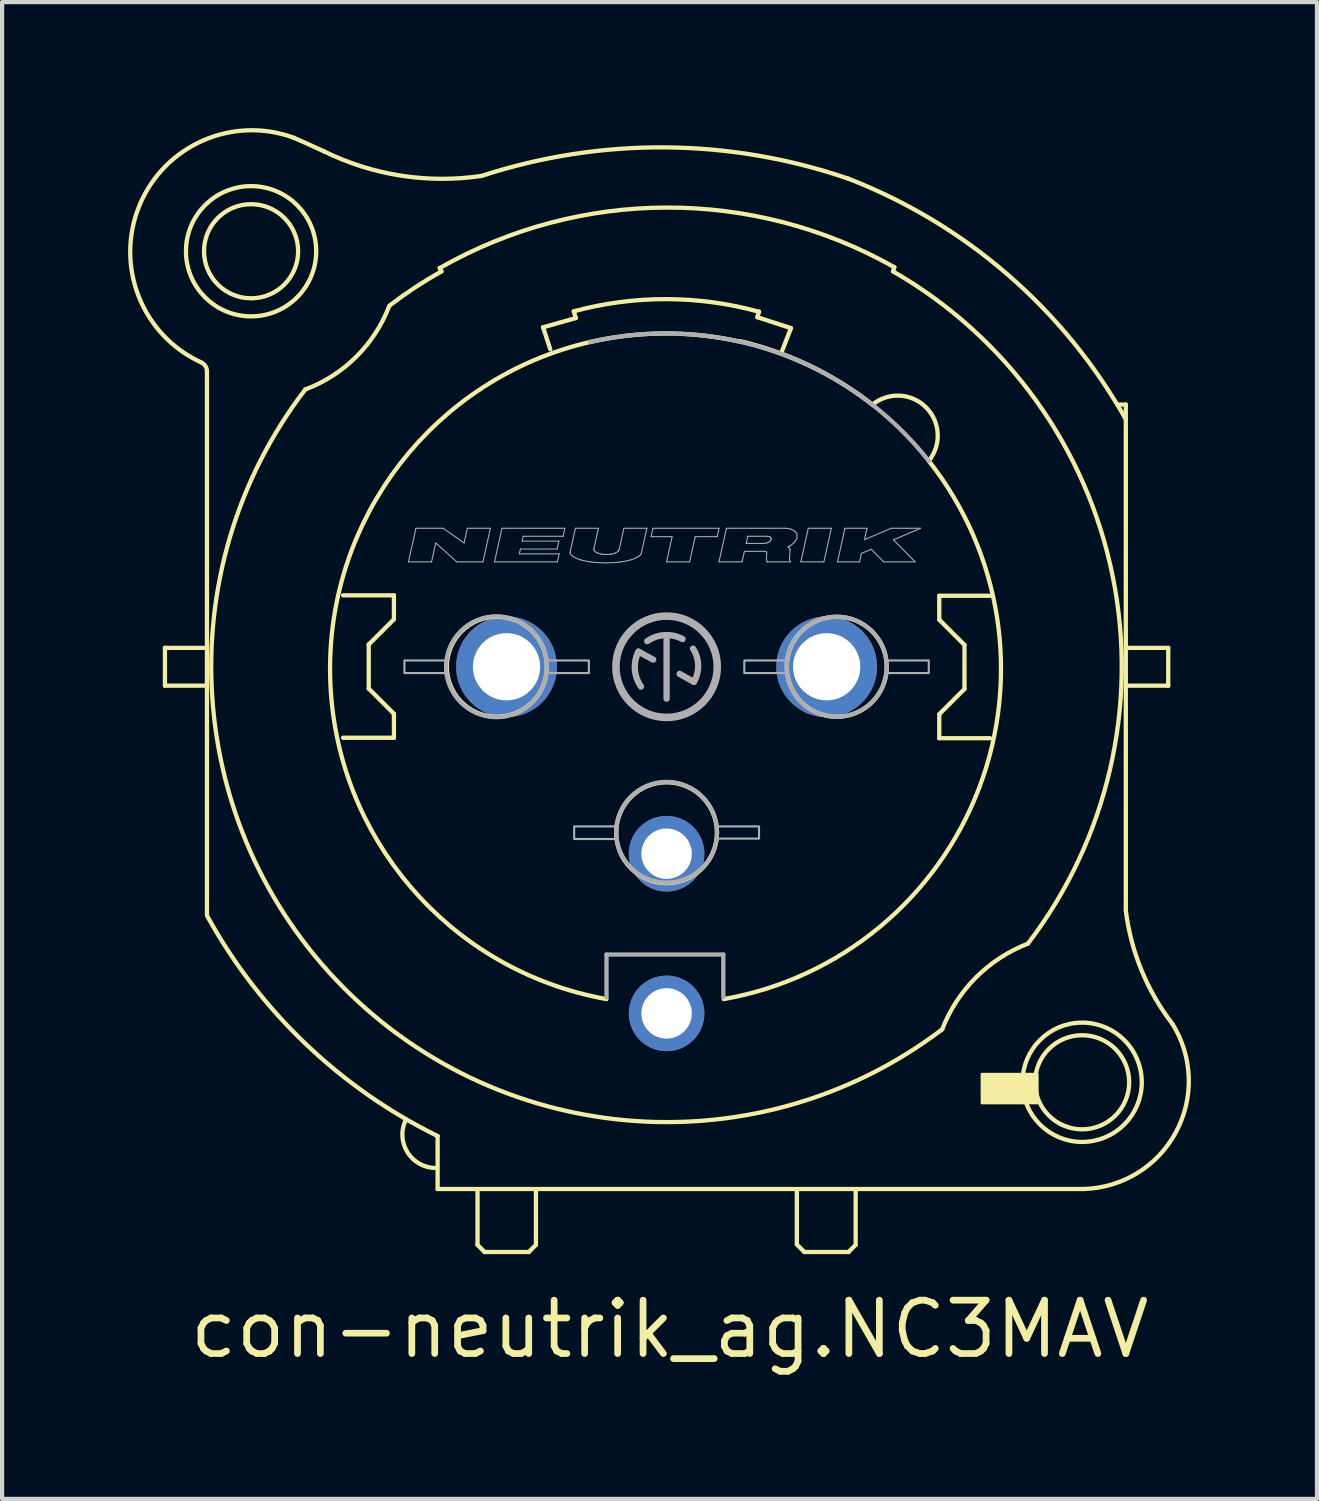
<source format=kicad_pcb>
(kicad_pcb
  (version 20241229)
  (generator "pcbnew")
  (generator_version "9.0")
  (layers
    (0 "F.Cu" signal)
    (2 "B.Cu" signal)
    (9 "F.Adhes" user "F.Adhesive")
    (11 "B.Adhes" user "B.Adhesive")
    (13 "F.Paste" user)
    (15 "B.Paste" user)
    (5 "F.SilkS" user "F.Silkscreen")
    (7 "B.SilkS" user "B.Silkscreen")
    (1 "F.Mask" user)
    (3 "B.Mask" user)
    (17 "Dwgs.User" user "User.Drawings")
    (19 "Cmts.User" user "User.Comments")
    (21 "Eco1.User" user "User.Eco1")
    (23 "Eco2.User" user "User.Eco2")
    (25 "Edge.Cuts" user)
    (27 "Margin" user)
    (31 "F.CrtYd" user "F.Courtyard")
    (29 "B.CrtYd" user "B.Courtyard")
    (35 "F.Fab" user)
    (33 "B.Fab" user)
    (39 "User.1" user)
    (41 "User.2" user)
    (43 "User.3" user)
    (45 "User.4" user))
  (footprint "con-neutrik_ag.NC3MAV"
    (layer "F.Cu")
    (at 12.816 12.82)
    (property "Reference" "con-neutrik_ag.NC3MAV" (at -11.43 16.51 0) (layer "F.SilkS") (effects (font (size 1.27 1.27) (thickness 0.16)) (justify left bottom)))
    (attr through_hole)
    (fp_line (start -11.94 -0.45) (end -11.94 0.45) (stroke (width 0.102) (type default)) (layer "F.SilkS"))
    (fp_line (start -11.94 0.45) (end -10.99 0.45) (stroke (width 0.102) (type default)) (layer "F.SilkS"))
    (fp_line (start -10.99 -0.45) (end -11.94 -0.45) (stroke (width 0.102) (type default)) (layer "F.SilkS"))
    (fp_line (start -10.94 5.5) (end -10.94 -7.03) (stroke (width 0.102) (type default)) (layer "F.SilkS"))
    (fp_line (start -10.94 5.91) (end -10.94 5.52) (stroke (width 0.102) (type default)) (layer "F.SilkS"))
    (fp_line (start -7.7 -1.7) (end -6.49 -1.7) (stroke (width 0.102) (type default)) (layer "F.SilkS"))
    (fp_line (start -7.09 -0.53) (end -7.09 0.52) (stroke (width 0.102) (type default)) (layer "F.SilkS"))
    (fp_line (start -7.09 0.52) (end -6.49 1.12) (stroke (width 0.102) (type default)) (layer "F.SilkS"))
    (fp_line (start -6.49 -1.7) (end -6.49 -1.13) (stroke (width 0.102) (type default)) (layer "F.SilkS"))
    (fp_line (start -6.49 -1.13) (end -7.09 -0.53) (stroke (width 0.102) (type default)) (layer "F.SilkS"))
    (fp_line (start -6.49 1.12) (end -6.49 1.69) (stroke (width 0.102) (type default)) (layer "F.SilkS"))
    (fp_line (start -6.49 1.69) (end -7.7 1.69) (stroke (width 0.102) (type default)) (layer "F.SilkS"))
    (fp_line (start -5.45 11.17) (end -5.45 12.43) (stroke (width 0.102) (type default)) (layer "F.SilkS"))
    (fp_line (start -5.45 12.43) (end 9.92 12.43) (stroke (width 0.102) (type default)) (layer "F.SilkS"))
    (fp_line (start -5.4 -9.49) (end -5.36 -9.41) (stroke (width 0.102) (type default)) (layer "F.SilkS"))
    (fp_line (start -4.5 12.49) (end -4.5 13.76) (stroke (width 0.102) (type default)) (layer "F.SilkS"))
    (fp_line (start -4.5 13.76) (end -4.33 13.93) (stroke (width 0.102) (type default)) (layer "F.SilkS"))
    (fp_line (start -4.33 13.93) (end -3.28 13.93) (stroke (width 0.102) (type default)) (layer "F.SilkS"))
    (fp_line (start -3.28 13.93) (end -3.11 13.76) (stroke (width 0.102) (type default)) (layer "F.SilkS"))
    (fp_line (start -3.11 13.76) (end -3.11 12.47) (stroke (width 0.102) (type default)) (layer "F.SilkS"))
    (fp_line (start -2.94 -8.08) (end -2.16 -8.3) (stroke (width 0.102) (type default)) (layer "F.SilkS"))
    (fp_line (start -2.77 -7.56) (end -2.94 -8.08) (stroke (width 0.102) (type default)) (layer "F.SilkS"))
    (fp_line (start -2.16 -8.3) (end -2.21 -8.46) (stroke (width 0.102) (type default)) (layer "F.SilkS"))
    (fp_line (start 2.16 -8.32) (end 2.96 -8.06) (stroke (width 0.102) (type default)) (layer "F.SilkS"))
    (fp_line (start 2.2 -8.45) (end 2.16 -8.32) (stroke (width 0.102) (type default)) (layer "F.SilkS"))
    (fp_line (start 2.96 -8.06) (end 2.75 -7.52) (stroke (width 0.102) (type default)) (layer "F.SilkS"))
    (fp_line (start 3.1 12.49) (end 3.1 13.75) (stroke (width 0.102) (type default)) (layer "F.SilkS"))
    (fp_line (start 3.1 13.75) (end 3.28 13.93) (stroke (width 0.102) (type default)) (layer "F.SilkS"))
    (fp_line (start 3.28 13.93) (end 4.33 13.93) (stroke (width 0.102) (type default)) (layer "F.SilkS"))
    (fp_line (start 4.33 13.93) (end 4.5 13.76) (stroke (width 0.102) (type default)) (layer "F.SilkS"))
    (fp_line (start 4.5 13.76) (end 4.5 12.48) (stroke (width 0.102) (type default)) (layer "F.SilkS"))
    (fp_line (start 5.39 -9.41) (end 5.42 -9.51) (stroke (width 0.102) (type default)) (layer "F.SilkS"))
    (fp_line (start 6.49 -1.69) (end 7.7 -1.69) (stroke (width 0.102) (type default)) (layer "F.SilkS"))
    (fp_line (start 6.49 -1.12) (end 6.49 -1.69) (stroke (width 0.102) (type default)) (layer "F.SilkS"))
    (fp_line (start 6.49 1.13) (end 7.09 0.53) (stroke (width 0.102) (type default)) (layer "F.SilkS"))
    (fp_line (start 6.49 1.7) (end 6.49 1.13) (stroke (width 0.102) (type default)) (layer "F.SilkS"))
    (fp_line (start 7.09 -0.52) (end 6.49 -1.12) (stroke (width 0.102) (type default)) (layer "F.SilkS"))
    (fp_line (start 7.09 0.53) (end 7.09 -0.52) (stroke (width 0.102) (type default)) (layer "F.SilkS"))
    (fp_line (start 7.7 1.7) (end 6.49 1.7) (stroke (width 0.102) (type default)) (layer "F.SilkS"))
    (fp_line (start 10.93 -6.24) (end 10.77 -6.24) (stroke (width 0.102) (type default)) (layer "F.SilkS"))
    (fp_line (start 10.93 5.8) (end 10.93 -6.24) (stroke (width 0.102) (type default)) (layer "F.SilkS"))
    (fp_line (start 10.97 -0.45) (end 11.94 -0.45) (stroke (width 0.102) (type default)) (layer "F.SilkS"))
    (fp_line (start 11.94 -0.45) (end 11.94 0.45) (stroke (width 0.102) (type default)) (layer "F.SilkS"))
    (fp_line (start 11.94 0.45) (end 10.97 0.45) (stroke (width 0.102) (type default)) (layer "F.SilkS"))
    (fp_rect (start 7.5 10.39) (end 8.83 9.69) (stroke (width 0.05) (type default)) (fill yes) (layer "F.SilkS"))
    (fp_arc (start -11.09 -7.25) (mid -10.981062 -7.163139) (end -10.94 -7.03) (stroke (width 0.1016) (type default)) (layer "F.SilkS"))
    (fp_arc (start -11.09 -7.25) (mid -12.543512 -10.98573) (end -8.87 -12.59) (stroke (width 0.1016) (type default)) (layer "F.SilkS"))
    (fp_arc (start -8.87 -12.59) (mid -8.514255 -12.431652) (end -8.16 -12.27) (stroke (width 0.1016) (type default)) (layer "F.SilkS"))
    (fp_arc (start -6.6 -8.59) (mid -7.385874 -7.379798) (end -8.6 -6.6) (stroke (width 0.1016) (type default)) (layer "F.SilkS"))
    (fp_arc (start -6.59 -8.6) (mid -5.989419 -9.026896) (end -5.36 -9.41) (stroke (width 0.1016) (type default)) (layer "F.SilkS"))
    (fp_arc (start -5.51 11.93) (mid -6.165342 11.560396) (end -6.22 10.81) (stroke (width 0.1016) (type default)) (layer "F.SilkS"))
    (fp_arc (start -5.45 11.17) (mid -8.591551 8.975746) (end -10.93 5.94) (stroke (width 0.1016) (type default)) (layer "F.SilkS"))
    (fp_arc (start -5.4 -9.49) (mid 0.007357 -10.929608) (end 5.42 -9.51) (stroke (width 0.1016) (type default)) (layer "F.SilkS"))
    (fp_arc (start -4.3995 -11.6841) (mid -6.324542 -11.689558) (end -8.16 -12.27) (stroke (width 0.1016) (type default)) (layer "F.SilkS"))
    (fp_arc (start -4.3975 -11.6846) (mid -0.033882 -12.361943) (end 4.3192 -11.6199) (stroke (width 0.1016) (type default)) (layer "F.SilkS"))
    (fp_arc (start -2.21 -8.46) (mid -0.00433 -8.750321) (end 2.2 -8.45) (stroke (width 0.1016) (type default)) (layer "F.SilkS"))
    (fp_arc (start -1.82 -7.73) (mid -0.040555 -7.932478) (end 1.74 -7.74) (stroke (width 0.1016) (type default)) (layer "F.SilkS"))
    (fp_arc (start -1.43 7.91) (mid -8.007804 0.249162) (end -1.82 -7.73) (stroke (width 0.1016) (type default)) (layer "F.SilkS"))
    (fp_arc (start 1.75 -7.75) (mid 3.407463 -7.167026) (end 4.9 -6.24) (stroke (width 0.1016) (type default)) (layer "F.SilkS"))
    (fp_arc (start 4.3216 -11.6192) (mid 8.12432 -9.329623) (end 10.93 -5.89) (stroke (width 0.1016) (type default)) (layer "F.SilkS"))
    (fp_arc (start 4.9 -6.24) (mid 6.174454 -6.174454) (end 6.24 -4.9) (stroke (width 0.1016) (type default)) (layer "F.SilkS"))
    (fp_arc (start 5.39 -9.41) (mid 10.621563 -2.137579) (end 8.6 6.59) (stroke (width 0.1016) (type default)) (layer "F.SilkS"))
    (fp_arc (start 6.24 -4.9) (mid 7.436813 2.890453) (end 1.36 7.91) (stroke (width 0.1016) (type default)) (layer "F.SilkS"))
    (fp_arc (start 6.56 8.63) (mid -7.680581 7.644968) (end -8.6 -6.6) (stroke (width 0.1016) (type default)) (layer "F.SilkS"))
    (fp_arc (start 6.56 8.63) (mid 7.3644 7.3944) (end 8.6 6.59) (stroke (width 0.1016) (type default)) (layer "F.SilkS"))
    (fp_arc (start 12.04 8.5) (mid 12.121472 11.080756) (end 9.92 12.43) (stroke (width 0.1016) (type default)) (layer "F.SilkS"))
    (fp_arc (start 12.04 8.5) (mid 11.303815 7.224487) (end 10.93 5.8) (stroke (width 0.1016) (type default)) (layer "F.SilkS"))
    (fp_circle (center -9.89 -9.89) (end -8.77 -9.89) (stroke (width 0.102) (type default)) (fill no) (layer "F.SilkS"))
    (fp_circle (center -9.89 -9.89) (end -8.34 -9.89) (stroke (width 0.102) (type default)) (fill no) (layer "F.SilkS"))
    (fp_circle (center -4.04 0) (end -2.85 0) (stroke (width 0.102) (type default)) (fill no) (layer "F.SilkS"))
    (fp_circle (center 0 3.95) (end 1.2 3.95) (stroke (width 0.102) (type default)) (fill no) (layer "F.SilkS"))
    (fp_circle (center 4.05 0) (end 5.24 0) (stroke (width 0.102) (type default)) (fill no) (layer "F.SilkS"))
    (fp_circle (center 9.89 9.89) (end 11.01 9.89) (stroke (width 0.102) (type default)) (fill no) (layer "F.SilkS"))
    (fp_circle (center 9.89 9.89) (end 11.31 9.89) (stroke (width 0.102) (type default)) (fill no) (layer "F.SilkS"))
    (fp_line (start -6.144 -2.497) (end -5.966 -3.296) (stroke (width 0.025) (type default)) (layer "F.Fab"))
    (fp_line (start -6.144 -2.497) (end -5.594 -2.497) (stroke (width 0.025) (type default)) (layer "F.Fab"))
    (fp_line (start -5.966 -3.296) (end -5.317 -3.296) (stroke (width 0.025) (type default)) (layer "F.Fab"))
    (fp_line (start -5.594 -2.497) (end -5.495 -2.946) (stroke (width 0.025) (type default)) (layer "F.Fab"))
    (fp_line (start -5.495 -2.946) (end -4.995 -2.497) (stroke (width 0.025) (type default)) (layer "F.Fab"))
    (fp_line (start -5.317 -3.296) (end -4.82 -2.946) (stroke (width 0.025) (type default)) (layer "F.Fab"))
    (fp_line (start -4.995 -2.497) (end -4.371 -2.497) (stroke (width 0.025) (type default)) (layer "F.Fab"))
    (fp_line (start -4.82 -2.946) (end -4.743 -3.296) (stroke (width 0.025) (type default)) (layer "F.Fab"))
    (fp_line (start -4.743 -3.296) (end -4.194 -3.296) (stroke (width 0.025) (type default)) (layer "F.Fab"))
    (fp_line (start -4.371 -2.497) (end -4.194 -3.296) (stroke (width 0.025) (type default)) (layer "F.Fab"))
    (fp_line (start -4.096 -2.497) (end -3.919 -3.296) (stroke (width 0.025) (type default)) (layer "F.Fab"))
    (fp_line (start -4.096 -2.497) (end -2.598 -2.497) (stroke (width 0.025) (type default)) (layer "F.Fab"))
    (fp_line (start -3.919 -3.296) (end -2.421 -3.296) (stroke (width 0.025) (type default)) (layer "F.Fab"))
    (fp_line (start -3.505 -2.687) (end -3.479 -2.802) (stroke (width 0.025) (type default)) (layer "F.Fab"))
    (fp_line (start -3.505 -2.687) (end -2.556 -2.687) (stroke (width 0.025) (type default)) (layer "F.Fab"))
    (fp_line (start -3.479 -2.802) (end -2.605 -2.802) (stroke (width 0.025) (type default)) (layer "F.Fab"))
    (fp_line (start -3.437 -2.991) (end -3.412 -3.106) (stroke (width 0.025) (type default)) (layer "F.Fab"))
    (fp_line (start -3.437 -2.991) (end -2.563 -2.991) (stroke (width 0.025) (type default)) (layer "F.Fab"))
    (fp_line (start -3.412 -3.106) (end -2.463 -3.106) (stroke (width 0.025) (type default)) (layer "F.Fab"))
    (fp_line (start -2.605 -2.802) (end -2.563 -2.991) (stroke (width 0.025) (type default)) (layer "F.Fab"))
    (fp_line (start -2.598 -2.497) (end -2.556 -2.687) (stroke (width 0.025) (type default)) (layer "F.Fab"))
    (fp_line (start -2.463 -3.106) (end -2.421 -3.296) (stroke (width 0.025) (type default)) (layer "F.Fab"))
    (fp_line (start -2.294 -2.741) (end -2.171 -3.296) (stroke (width 0.025) (type default)) (layer "F.Fab"))
    (fp_line (start -2.171 -3.296) (end -1.623 -3.296) (stroke (width 0.025) (type default)) (layer "F.Fab"))
    (fp_line (start -1.731 -2.81) (end -1.623 -3.296) (stroke (width 0.025) (type default)) (layer "F.Fab"))
    (fp_line (start -1.43 6.85) (end 1.35 6.85) (stroke (width 0.102) (type default)) (layer "F.Fab"))
    (fp_line (start -1.43 7.87) (end -1.43 6.85) (stroke (width 0.102) (type default)) (layer "F.Fab"))
    (fp_line (start -1.13 -2.784) (end -1.017 -3.296) (stroke (width 0.025) (type default)) (layer "F.Fab"))
    (fp_line (start -1.017 -3.296) (end -0.469 -3.296) (stroke (width 0.025) (type default)) (layer "F.Fab"))
    (fp_line (start -0.67 -0.36) (end -0.32 -0.17) (stroke (width 0.15) (type default)) (layer "F.Fab"))
    (fp_line (start -0.601 -2.702) (end -0.469 -3.296) (stroke (width 0.025) (type default)) (layer "F.Fab"))
    (fp_line (start -0.368 -3.096) (end -0.324 -3.296) (stroke (width 0.025) (type default)) (layer "F.Fab"))
    (fp_line (start -0.368 -3.096) (end 0.131 -3.096) (stroke (width 0.025) (type default)) (layer "F.Fab"))
    (fp_line (start -0.324 -3.296) (end 1.249 -3.296) (stroke (width 0.025) (type default)) (layer "F.Fab"))
    (fp_line (start -0.001 -2.497) (end 0.131 -3.096) (stroke (width 0.025) (type default)) (layer "F.Fab"))
    (fp_line (start -0.001 -2.497) (end 0.548 -2.497) (stroke (width 0.025) (type default)) (layer "F.Fab"))
    (fp_line (start 0 0.76) (end 0 -0.74) (stroke (width 0.15) (type default)) (layer "F.Fab"))
    (fp_line (start 0.31 0.17) (end 0.65 0.36) (stroke (width 0.15) (type default)) (layer "F.Fab"))
    (fp_line (start 0.548 -2.497) (end 0.681 -3.096) (stroke (width 0.025) (type default)) (layer "F.Fab"))
    (fp_line (start 0.681 -3.096) (end 1.205 -3.096) (stroke (width 0.025) (type default)) (layer "F.Fab"))
    (fp_line (start 1.205 -3.096) (end 1.249 -3.296) (stroke (width 0.025) (type default)) (layer "F.Fab"))
    (fp_line (start 1.247 -2.497) (end 1.424 -3.296) (stroke (width 0.025) (type default)) (layer "F.Fab"))
    (fp_line (start 1.247 -2.497) (end 1.796 -2.497) (stroke (width 0.025) (type default)) (layer "F.Fab"))
    (fp_line (start 1.35 6.85) (end 1.35 7.86) (stroke (width 0.102) (type default)) (layer "F.Fab"))
    (fp_line (start 1.424 -3.296) (end 2.826 -3.296) (stroke (width 0.025) (type default)) (layer "F.Fab"))
    (fp_line (start 1.796 -2.497) (end 1.852 -2.747) (stroke (width 0.025) (type default)) (layer "F.Fab"))
    (fp_line (start 1.852 -2.747) (end 2.328 -2.747) (stroke (width 0.025) (type default)) (layer "F.Fab"))
    (fp_line (start 1.894 -2.936) (end 1.931 -3.106) (stroke (width 0.025) (type default)) (layer "F.Fab"))
    (fp_line (start 1.894 -2.936) (end 2.321 -2.936) (stroke (width 0.025) (type default)) (layer "F.Fab"))
    (fp_line (start 1.931 -3.106) (end 2.394 -3.106) (stroke (width 0.025) (type default)) (layer "F.Fab"))
    (fp_line (start 2.375 -2.561) (end 2.385 -2.707) (stroke (width 0.025) (type default)) (layer "F.Fab"))
    (fp_line (start 2.394 -2.497) (end 2.394 -2.497) (stroke (width 0.025) (type default)) (layer "F.Fab"))
    (fp_line (start 2.394 -2.497) (end 2.95 -2.497) (stroke (width 0.025) (type default)) (layer "F.Fab"))
    (fp_line (start 2.926 -2.581) (end 2.939 -2.767) (stroke (width 0.025) (type default)) (layer "F.Fab"))
    (fp_line (start 3.195 -2.497) (end 3.372 -3.296) (stroke (width 0.025) (type default)) (layer "F.Fab"))
    (fp_line (start 3.195 -2.497) (end 3.744 -2.497) (stroke (width 0.025) (type default)) (layer "F.Fab"))
    (fp_line (start 3.372 -3.296) (end 3.921 -3.296) (stroke (width 0.025) (type default)) (layer "F.Fab"))
    (fp_line (start 3.744 -2.497) (end 3.921 -3.296) (stroke (width 0.025) (type default)) (layer "F.Fab"))
    (fp_line (start 4.068 -2.497) (end 4.245 -3.296) (stroke (width 0.025) (type default)) (layer "F.Fab"))
    (fp_line (start 4.068 -2.497) (end 4.593 -2.497) (stroke (width 0.025) (type default)) (layer "F.Fab"))
    (fp_line (start 4.245 -3.296) (end 4.77 -3.296) (stroke (width 0.025) (type default)) (layer "F.Fab"))
    (fp_line (start 4.593 -2.497) (end 4.637 -2.697) (stroke (width 0.025) (type default)) (layer "F.Fab"))
    (fp_line (start 4.637 -2.697) (end 4.871 -2.797) (stroke (width 0.025) (type default)) (layer "F.Fab"))
    (fp_line (start 4.71 -3.026) (end 4.77 -3.296) (stroke (width 0.025) (type default)) (layer "F.Fab"))
    (fp_line (start 4.71 -3.026) (end 5.344 -3.296) (stroke (width 0.025) (type default)) (layer "F.Fab"))
    (fp_line (start 4.871 -2.797) (end 5.167 -2.497) (stroke (width 0.025) (type default)) (layer "F.Fab"))
    (fp_line (start 5.167 -2.497) (end 5.916 -2.497) (stroke (width 0.025) (type default)) (layer "F.Fab"))
    (fp_line (start 5.344 -3.296) (end 6.043 -3.296) (stroke (width 0.025) (type default)) (layer "F.Fab"))
    (fp_line (start 5.399 -3.021) (end 5.916 -2.497) (stroke (width 0.025) (type default)) (layer "F.Fab"))
    (fp_line (start 5.399 -3.021) (end 6.043 -3.296) (stroke (width 0.025) (type default)) (layer "F.Fab"))
    (fp_rect (start -6.24 0.15) (end -5.25 -0.15) (stroke (width 0.05) (type default)) (fill no) (layer "F.Fab"))
    (fp_rect (start -2.85 0.15) (end -1.85 -0.15) (stroke (width 0.05) (type default)) (fill no) (layer "F.Fab"))
    (fp_rect (start -2.2 4.1) (end -1.18 3.8) (stroke (width 0.05) (type default)) (fill no) (layer "F.Fab"))
    (fp_rect (start 1.19 4.09) (end 2.2 3.8) (stroke (width 0.05) (type default)) (fill no) (layer "F.Fab"))
    (fp_rect (start 1.85 0.15) (end 2.85 -0.15) (stroke (width 0.05) (type default)) (fill no) (layer "F.Fab"))
    (fp_rect (start 5.25 0.15) (end 6.24 -0.15) (stroke (width 0.05) (type default)) (fill no) (layer "F.Fab"))
    (fp_arc (start -2.2964 -2.7217) (mid -2.295867 -2.731456) (end -2.2943 -2.7411) (stroke (width 0.0254) (type default)) (layer "F.Fab"))
    (fp_arc (start -2.2578 -2.6471) (mid -2.286121 -2.679718) (end -2.2963 -2.7217) (stroke (width 0.0254) (type default)) (layer "F.Fab"))
    (fp_arc (start -2.0477 -2.5452) (mid -2.156985 -2.587418) (end -2.2578 -2.6471) (stroke (width 0.0254) (type default)) (layer "F.Fab"))
    (fp_arc (start -1.82 -7.73) (mid 2.620286 -7.483518) (end 6.24 -4.9) (stroke (width 0.1016) (type default)) (layer "F.Fab"))
    (fp_arc (start -1.796 -2.4932) (mid -1.922923 -2.514007) (end -2.0477 -2.5452) (stroke (width 0.0254) (type default)) (layer "F.Fab"))
    (fp_arc (start -1.7326 -2.7966) (mid -1.732234 -2.803244) (end -1.7311 -2.8098) (stroke (width 0.0254) (type default)) (layer "F.Fab"))
    (fp_arc (start -1.7159 -2.7561) (mid -1.728335 -2.774676) (end -1.7327 -2.7966) (stroke (width 0.0254) (type default)) (layer "F.Fab"))
    (fp_arc (start -1.6443 -2.7083) (mid -1.682454 -2.728674) (end -1.7159 -2.7561) (stroke (width 0.0254) (type default)) (layer "F.Fab"))
    (fp_arc (start -1.5538 -2.6822) (mid -1.599779 -2.692723) (end -1.6443 -2.7083) (stroke (width 0.0254) (type default)) (layer "F.Fab"))
    (fp_arc (start -1.4474 -2.4721) (mid -1.62202 -2.477365) (end -1.796 -2.4932) (stroke (width 0.0254) (type default)) (layer "F.Fab"))
    (fp_arc (start -1.4308 -2.6718) (mid -1.492521 -2.674388) (end -1.5538 -2.6822) (stroke (width 0.0254) (type default)) (layer "F.Fab"))
    (fp_arc (start -1.3079 -2.6822) (mid -1.369129 -2.67439) (end -1.4308 -2.6718) (stroke (width 0.0254) (type default)) (layer "F.Fab"))
    (fp_arc (start -1.2174 -2.7083) (mid -1.261921 -2.692723) (end -1.3079 -2.6822) (stroke (width 0.0254) (type default)) (layer "F.Fab"))
    (fp_arc (start -1.1458 -2.7561) (mid -1.179246 -2.728674) (end -1.2174 -2.7083) (stroke (width 0.0254) (type default)) (layer "F.Fab"))
    (fp_arc (start -1.1304 -2.7839) (mid -1.136132 -2.76891) (end -1.1458 -2.7561) (stroke (width 0.0254) (type default)) (layer "F.Fab"))
    (fp_arc (start -1.0989 -2.4931) (mid -1.27283 -2.477266) (end -1.4474 -2.472) (stroke (width 0.0254) (type default)) (layer "F.Fab"))
    (fp_arc (start -0.8472 -2.5452) (mid -0.971977 -2.514007) (end -1.0989 -2.4932) (stroke (width 0.0254) (type default)) (layer "F.Fab"))
    (fp_arc (start -0.6371 -2.6471) (mid -0.737916 -2.587421) (end -0.8472 -2.5452) (stroke (width 0.0254) (type default)) (layer "F.Fab"))
    (fp_arc (start -0.61 0.47) (mid -0.754744 0.063295) (end -0.67 -0.36) (stroke (width 0.15) (type default)) (layer "F.Fab"))
    (fp_arc (start -0.6007 -2.7023) (mid -0.613738 -2.671296) (end -0.6371 -2.6471) (stroke (width 0.0254) (type default)) (layer "F.Fab"))
    (fp_arc (start -0.46 -0.61) (mid -0.047007 -0.752716) (end 0.38 -0.66) (stroke (width 0.15) (type default)) (layer "F.Fab"))
    (fp_arc (start 0.63 -0.43) (mid 0.752066 -0.037837) (end 0.65 0.36) (stroke (width 0.15) (type default)) (layer "F.Fab"))
    (fp_arc (start 2.3283 -2.7467) (mid 2.340566 -2.745829) (end 2.3526 -2.7433) (stroke (width 0.0254) (type default)) (layer "F.Fab"))
    (fp_arc (start 2.3526 -2.7432) (mid 2.364222 -2.738519) (end 2.3746 -2.7315) (stroke (width 0.0254) (type default)) (layer "F.Fab"))
    (fp_arc (start 2.3746 -2.7315) (mid 2.380482 -2.724772) (end 2.3841 -2.7166) (stroke (width 0.0254) (type default)) (layer "F.Fab"))
    (fp_arc (start 2.3785 -2.9442) (mid 2.349756 -2.938398) (end 2.3205 -2.9364) (stroke (width 0.0254) (type default)) (layer "F.Fab"))
    (fp_arc (start 2.3943 -2.497) (mid 2.380142 -2.527484) (end 2.375 -2.5607) (stroke (width 0.0254) (type default)) (layer "F.Fab"))
    (fp_arc (start 2.3944 -3.1062) (mid 2.414793 -3.104721) (end 2.4348 -3.1005) (stroke (width 0.0254) (type default)) (layer "F.Fab"))
    (fp_arc (start 2.4288 -2.9645) (mid 2.404262 -2.952875) (end 2.3785 -2.9443) (stroke (width 0.0254) (type default)) (layer "F.Fab"))
    (fp_arc (start 2.4348 -3.1005) (mid 2.454244 -3.09272) (end 2.4716 -3.081) (stroke (width 0.0254) (type default)) (layer "F.Fab"))
    (fp_arc (start 2.4641 -2.9914) (mid 2.447446 -2.976643) (end 2.4288 -2.9645) (stroke (width 0.0254) (type default)) (layer "F.Fab"))
    (fp_arc (start 2.4716 -3.081) (mid 2.481397 -3.069754) (end 2.4874 -3.0561) (stroke (width 0.0254) (type default)) (layer "F.Fab"))
    (fp_arc (start 2.4861 -3.0267) (mid 2.476985 -3.007875) (end 2.4641 -2.9914) (stroke (width 0.0254) (type default)) (layer "F.Fab"))
    (fp_arc (start 2.4874 -3.0561) (mid 2.488997 -3.041301) (end 2.4861 -3.0267) (stroke (width 0.0254) (type default)) (layer "F.Fab"))
    (fp_arc (start 2.8259 -3.296) (mid 2.886677 -3.291588) (end 2.9463 -3.279) (stroke (width 0.0254) (type default)) (layer "F.Fab"))
    (fp_arc (start 2.8917 -2.8549) (mid 2.899191 -2.849485) (end 2.9064 -2.8437) (stroke (width 0.0254) (type default)) (layer "F.Fab"))
    (fp_arc (start 2.9064 -2.8437) (mid 2.924646 -2.822802) (end 2.9358 -2.7974) (stroke (width 0.0254) (type default)) (layer "F.Fab"))
    (fp_arc (start 2.9282 -2.8737) (mid 2.910094 -2.86407) (end 2.8917 -2.855) (stroke (width 0.0254) (type default)) (layer "F.Fab"))
    (fp_arc (start 2.9358 -2.7974) (mid 2.93855 -2.782173) (end 2.9387 -2.7667) (stroke (width 0.0254) (type default)) (layer "F.Fab"))
    (fp_arc (start 2.9463 -3.279) (mid 3.004211 -3.255758) (end 3.0559 -3.2208) (stroke (width 0.0254) (type default)) (layer "F.Fab"))
    (fp_arc (start 2.9503 -2.497) (mid 2.930467 -2.536583) (end 2.9257 -2.5806) (stroke (width 0.0254) (type default)) (layer "F.Fab"))
    (fp_arc (start 3.0334 -2.9539) (mid 2.983769 -2.909906) (end 2.9282 -2.8737) (stroke (width 0.0254) (type default)) (layer "F.Fab"))
    (fp_arc (start 3.0559 -3.2208) (mid 3.085071 -3.187347) (end 3.1029 -3.1467) (stroke (width 0.0254) (type default)) (layer "F.Fab"))
    (fp_arc (start 3.0992 -3.0591) (mid 3.071923 -3.002983) (end 3.0334 -2.9539) (stroke (width 0.0254) (type default)) (layer "F.Fab"))
    (fp_arc (start 3.1029 -3.1467) (mid 3.107748 -3.102617) (end 3.0992 -3.0591) (stroke (width 0.0254) (type default)) (layer "F.Fab"))
    (fp_circle (center -4.05 0) (end -2.85 0) (stroke (width 0.102) (type default)) (fill no) (layer "F.Fab"))
    (fp_circle (center 0 0) (end 1.206 0) (stroke (width 0.18) (type default)) (fill no) (layer "F.Fab"))
    (fp_circle (center 0 3.94) (end 1.2 3.94) (stroke (width 0.102) (type default)) (fill no) (layer "F.Fab"))
    (fp_circle (center 4.05 0) (end 5.24 0) (stroke (width 0.102) (type default)) (fill no) (layer "F.Fab"))
    (pad "1" thru_hole circle (at -3.81 0) (size 2.4 2.4) (drill 1.6) (layers "*.Cu" "*.Mask"))
    (pad "2" thru_hole circle (at 3.81 0) (size 2.4 2.4) (drill 1.6) (layers "*.Cu" "*.Mask"))
    (pad "3" thru_hole circle (at 0 4.45) (size 1.8 1.8) (drill 1.2) (layers "*.Cu" "*.Mask"))
    (pad "G" thru_hole circle (at 0 8.25) (size 1.8 1.8) (drill 1.2) (layers "*.Cu" "*.Mask")))
  (gr_rect
    (start -3 -3)
    (end 28.296 32.627)
    (stroke (width 0.1) (type default))
    (fill no)
    (layer "Edge.Cuts")))
</source>
